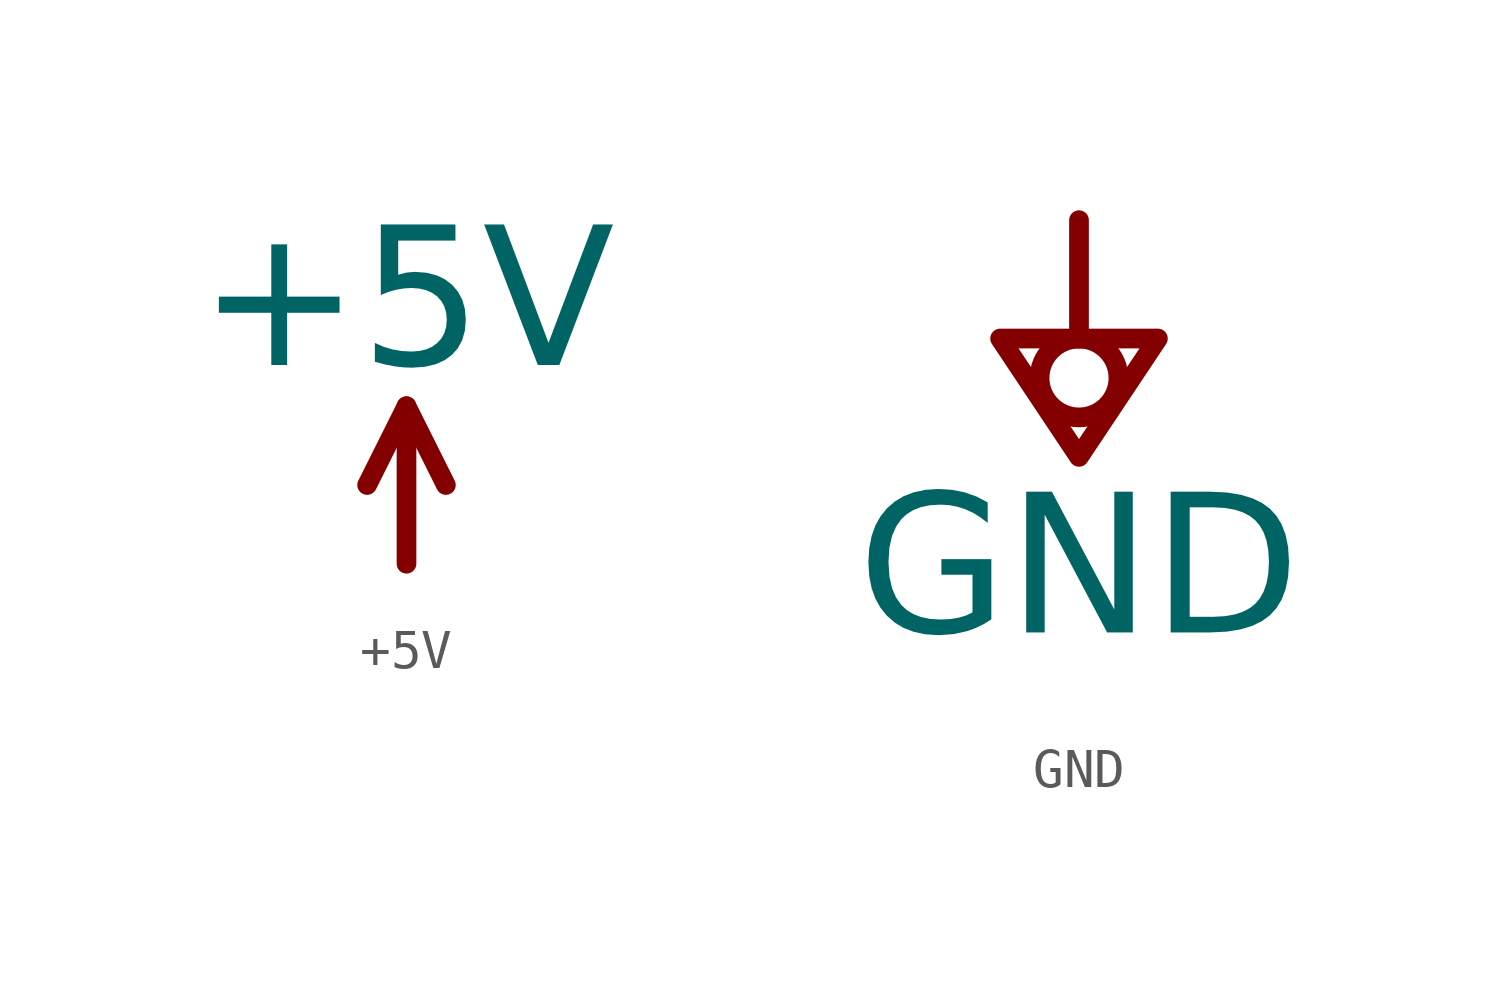
<source format=kicad_sym>
(kicad_symbol_lib
  (version 20241209)
  (generator "kicad_symbol_editor")
  (generator_version "9.0")
  (symbol "+5V"
    (power)
    (pin_numbers
      (hide yes))
    (pin_names
      (offset 0)
      (hide yes))
    (property "Reference" "#PWR"
      (at -0.5 -2 0)
      (effects (font (size 1.27 1.27)) (hide yes)))
    (property "Value" "+5V"
      (at 0 6.5 0)
      (effects (font (face "GOST type A") (size 3.5 3.5))))
    (symbol "+5V_1_1"
      (polyline (pts (xy -1 2) (xy 0 4) (xy 1 2)) (stroke (width 0.5) (type solid)) (fill (type none)))
      (polyline (pts (xy 0 0) (xy 0 4)) (stroke (width 0.5) (type solid)) (fill (type none)))
      (pin power_in line (at 0 0 90) (length 2) (name "" (effects (font (size 2.5 2.5)))) (number "" (effects (font (size 2.5 2.5)))))))
  (symbol "GND"
    (power)
    (pin_numbers
      (hide yes))
    (pin_names
      (offset 0)
      (hide yes))
    (property "Reference" "#PWR"
      (at 0 -13 0)
      (effects (font (face "GOST type A") (size 2.5 2.5)) (hide yes)))
    (property "Value" "GND"
      (at 0 -9 0)
      (effects (font (face "GOST type A") (size 3.5 3.5))))
    (symbol "GND_1_1"
      (polyline (pts (xy -2 -3) (xy 2 -3) (xy 0 -6) (xy -2 -3)) (stroke (width 0.5) (type solid)) (fill (type none)))
      (polyline (pts (xy 0 0) (xy 0 -3)) (stroke (width 0.5) (type solid)) (fill (type none)))
      (circle (center 0 -4) (radius 1) (stroke (width 0.5) (type solid)) (fill (type none)))
      (pin power_in line (at 0 0 270) (length 3) (name "" (effects (font (size 2.5 2.5)))) (number "" (effects (font (size 2.5 2.5))))))))
</source>
